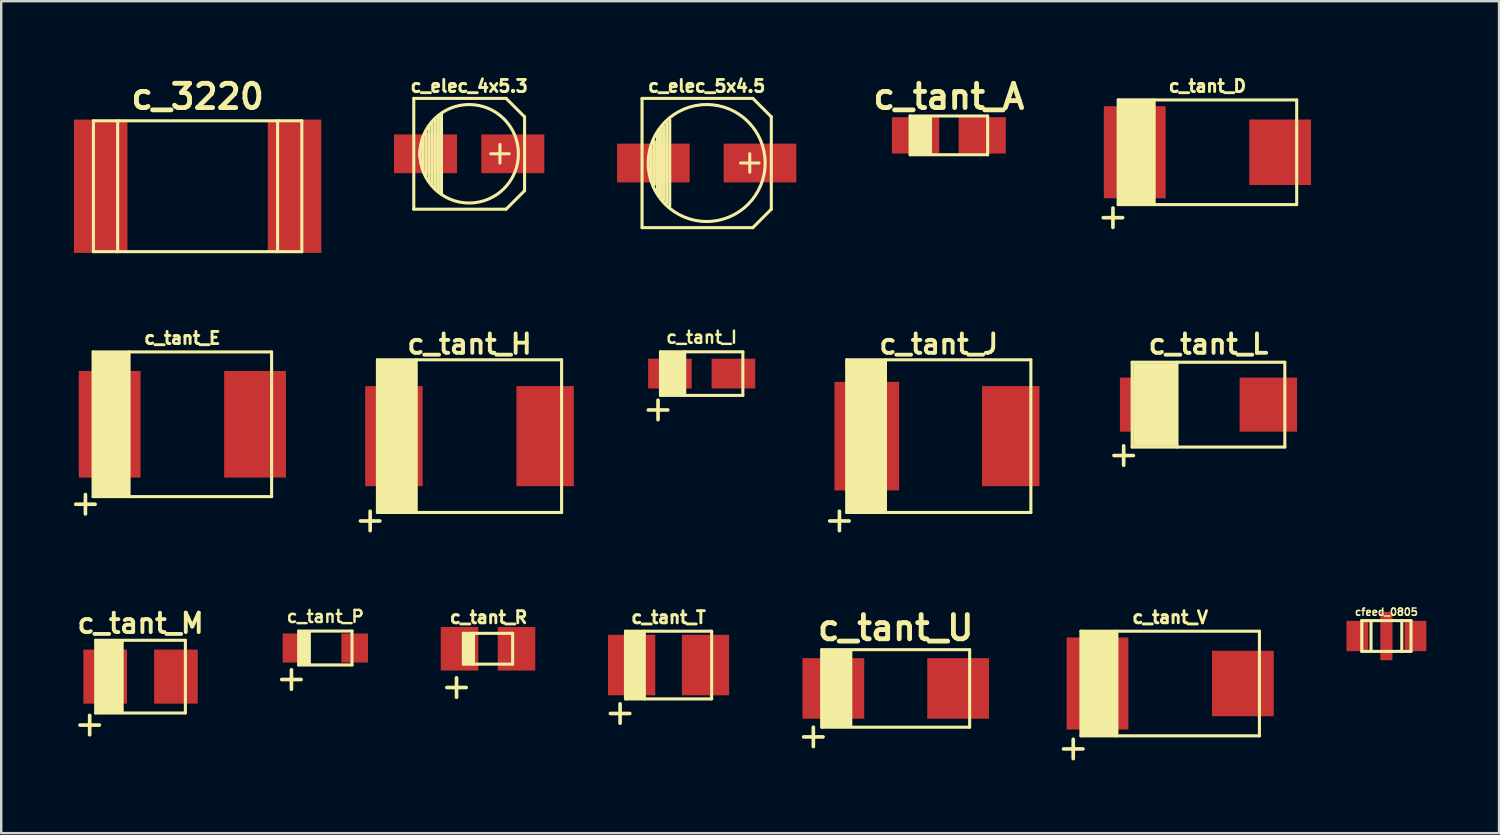
<source format=kicad_pcb>
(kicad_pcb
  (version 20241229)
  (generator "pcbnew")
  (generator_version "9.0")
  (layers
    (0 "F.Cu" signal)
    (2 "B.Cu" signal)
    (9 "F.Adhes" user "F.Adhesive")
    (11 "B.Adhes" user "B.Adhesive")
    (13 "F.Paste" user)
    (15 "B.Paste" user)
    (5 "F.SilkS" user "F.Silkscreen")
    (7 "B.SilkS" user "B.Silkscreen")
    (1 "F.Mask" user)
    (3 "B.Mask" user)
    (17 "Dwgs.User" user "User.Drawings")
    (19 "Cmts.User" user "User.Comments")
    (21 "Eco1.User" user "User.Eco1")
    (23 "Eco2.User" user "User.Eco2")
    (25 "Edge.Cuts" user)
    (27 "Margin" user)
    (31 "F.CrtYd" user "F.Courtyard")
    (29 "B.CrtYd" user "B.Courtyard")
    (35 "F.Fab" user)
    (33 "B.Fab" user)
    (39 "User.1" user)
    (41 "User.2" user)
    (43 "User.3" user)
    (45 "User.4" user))
  (footprint "c_tant_V"
    (layer "F.Cu")
    (at 45.239 25.156)
    (property "Reference" "c_tant_V" (at 0 -2.731 0) (layer "F.SilkS") (effects (font (size 0.5 0.5) (thickness 0.119))))
    (attr smd)
    (fp_line (start -4.4 2.7) (end -3.6 2.7) (stroke (width 0.15) (type solid)) (layer "F.SilkS"))
    (fp_line (start -4 2.3) (end -4 3.1) (stroke (width 0.15) (type solid)) (layer "F.SilkS"))
    (fp_line (start -3.683 -2.159) (end -3.683 2.159) (stroke (width 0.127) (type solid)) (layer "F.SilkS"))
    (fp_line (start -3.683 2.159) (end 3.683 2.159) (stroke (width 0.127) (type solid)) (layer "F.SilkS"))
    (fp_line (start -2.2 -2.159) (end -2.2 2.159) (stroke (width 0.127) (type solid)) (layer "F.SilkS"))
    (fp_line (start 3.683 -2.159) (end -3.683 -2.159) (stroke (width 0.127) (type solid)) (layer "F.SilkS"))
    (fp_line (start 3.683 2.159) (end 3.683 -2.159) (stroke (width 0.127) (type solid)) (layer "F.SilkS"))
    (fp_poly (pts (xy -3.7 2.2) (xy -2.2 2.2) (xy -2.2 -2.2) (xy -3.7 -2.2)) (stroke (width 0.01) (type solid)) (fill yes) (layer "F.SilkS"))
    (pad "1" smd rect (at -3 0) (size 2.55 3.8) (layers "F.Cu" "F.Mask" "F.Paste"))
    (pad "2" smd rect (at 3 0) (size 2.55 2.7) (layers "F.Cu" "F.Mask" "F.Paste")))
  (footprint "c_tant_H"
    (layer "F.Cu")
    (at 16.325 14.948)
    (property "Reference" "c_tant_H" (at 0 -3.8 0) (layer "F.SilkS") (effects (font (size 0.8 0.8) (thickness 0.16))))
    (attr smd)
    (fp_line (start -4.5 3.5) (end -3.7 3.5) (stroke (width 0.15) (type solid)) (layer "F.SilkS"))
    (fp_line (start -4.1 3.1) (end -4.1 3.9) (stroke (width 0.15) (type solid)) (layer "F.SilkS"))
    (fp_line (start -3.8 -3.15) (end -3.8 3.15) (stroke (width 0.127) (type solid)) (layer "F.SilkS"))
    (fp_line (start -3.8 3.15) (end 3.8 3.15) (stroke (width 0.127) (type solid)) (layer "F.SilkS"))
    (fp_line (start -2.2 3.15) (end -2.2 -3.15) (stroke (width 0.127) (type solid)) (layer "F.SilkS"))
    (fp_line (start 3.8 -3.15) (end -3.8 -3.15) (stroke (width 0.127) (type solid)) (layer "F.SilkS"))
    (fp_line (start 3.8 -3.15) (end 3.8 3.15) (stroke (width 0.127) (type solid)) (layer "F.SilkS"))
    (fp_poly (pts (xy -3.8 -3.1) (xy -2.2 -3.1) (xy -2.2 3.1) (xy -3.8 3.1)) (stroke (width 0.01) (type solid)) (fill yes) (layer "F.SilkS"))
    (pad "1" smd rect (at -3.12 0) (size 2.37 4.13) (layers "F.Cu" "F.Mask" "F.Paste"))
    (pad "2" smd rect (at 3.12 0) (size 2.37 4.13) (layers "F.Cu" "F.Mask" "F.Paste")))
  (footprint "c_tant_E"
    (layer "F.Cu")
    (at 4.475 14.458)
    (property "Reference" "c_tant_E" (at 0 -3.556 0) (layer "F.SilkS") (effects (font (size 0.5 0.5) (thickness 0.119))))
    (attr smd)
    (fp_line (start -4.4 3.3) (end -3.6 3.3) (stroke (width 0.15) (type solid)) (layer "F.SilkS"))
    (fp_line (start -4 2.9) (end -4 3.7) (stroke (width 0.15) (type solid)) (layer "F.SilkS"))
    (fp_line (start -3.683 -2.985) (end -3.683 2.985) (stroke (width 0.127) (type solid)) (layer "F.SilkS"))
    (fp_line (start -3.683 2.985) (end 3.683 2.985) (stroke (width 0.127) (type solid)) (layer "F.SilkS"))
    (fp_line (start -2.2 2.985) (end -2.2 -2.985) (stroke (width 0.127) (type solid)) (layer "F.SilkS"))
    (fp_line (start 3.683 -2.985) (end -3.683 -2.985) (stroke (width 0.127) (type solid)) (layer "F.SilkS"))
    (fp_line (start 3.683 -2.985) (end 3.683 2.985) (stroke (width 0.127) (type solid)) (layer "F.SilkS"))
    (fp_poly (pts (xy -3.7 -3) (xy -2.2 -3) (xy -2.2 3) (xy -3.7 3)) (stroke (width 0.01) (type solid)) (fill yes) (layer "F.SilkS"))
    (pad "1" smd rect (at -3 0) (size 2.55 4.399) (layers "F.Cu" "F.Mask" "F.Paste"))
    (pad "2" smd rect (at 3 0) (size 2.55 4.399) (layers "F.Cu" "F.Mask" "F.Paste")))
  (footprint "c_tant_P"
    (layer "F.Cu")
    (at 10.376 23.691)
    (property "Reference" "c_tant_P" (at 0 -1.3 0) (layer "F.SilkS") (effects (font (size 0.5 0.5) (thickness 0.1))))
    (attr smd)
    (fp_line (start -1.8 1.3) (end -1 1.3) (stroke (width 0.15) (type solid)) (layer "F.SilkS"))
    (fp_line (start -1.4 0.9) (end -1.4 1.7) (stroke (width 0.15) (type solid)) (layer "F.SilkS"))
    (fp_line (start -1.1 -0.7) (end -1.1 0.7) (stroke (width 0.127) (type solid)) (layer "F.SilkS"))
    (fp_line (start -1.1 0.7) (end 1.1 0.7) (stroke (width 0.127) (type solid)) (layer "F.SilkS"))
    (fp_line (start 1.1 -0.7) (end -1.1 -0.7) (stroke (width 0.127) (type solid)) (layer "F.SilkS"))
    (fp_line (start 1.1 0.7) (end 1.1 -0.7) (stroke (width 0.127) (type solid)) (layer "F.SilkS"))
    (fp_poly (pts (xy -1.1 -0.7) (xy -0.6 -0.7) (xy -0.6 0.7) (xy -1.1 0.7)) (stroke (width 0.01) (type solid)) (fill yes) (layer "F.SilkS"))
    (pad "1" smd rect (at -1.212 0) (size 1.1 1.2) (layers "F.Cu" "F.Mask" "F.Paste"))
    (pad "2" smd rect (at 1.212 0) (size 1.1 1.2) (layers "F.Cu" "F.Mask" "F.Paste")))
  (footprint "cfeed_0805"
    (layer "F.Cu")
    (at 54.162 23.196)
    (property "Reference" "cfeed_0805" (at 0 -0.991 0) (layer "F.SilkS") (effects (font (size 0.3 0.3) (thickness 0.061))))
    (attr smd)
    (fp_line (start -1.016 -0.635) (end 1.016 -0.635) (stroke (width 0.127) (type solid)) (layer "F.SilkS"))
    (fp_line (start -1.016 0.635) (end -1.016 -0.635) (stroke (width 0.127) (type solid)) (layer "F.SilkS"))
    (fp_line (start -0.635 -0.635) (end -0.635 0.61) (stroke (width 0.127) (type solid)) (layer "F.SilkS"))
    (fp_line (start 0.635 -0.635) (end 0.635 0.635) (stroke (width 0.127) (type solid)) (layer "F.SilkS"))
    (fp_line (start 1.016 -0.635) (end 1.016 0.635) (stroke (width 0.127) (type solid)) (layer "F.SilkS"))
    (fp_line (start 1.016 0.635) (end -1.016 0.635) (stroke (width 0.127) (type solid)) (layer "F.SilkS"))
    (pad "1" smd rect (at 1.199 0) (size 0.899 1.25) (layers "F.Cu" "F.Mask" "F.Paste"))
    (pad "2" smd rect (at -1.199 0) (size 0.899 1.25) (layers "F.Cu" "F.Mask" "F.Paste"))
    (pad "3" smd rect (at 0 0) (size 0.5 1.999) (layers "F.Cu" "F.Mask" "F.Paste")))
  (footprint "c_3220"
    (layer "F.Cu")
    (at 5.105 4.636)
    (property "Reference" "c_3220" (at 0 -3.7 0) (layer "F.SilkS") (effects (font (size 1 1) (thickness 0.2))))
    (attr smd)
    (fp_line (start -4.3 -2.7) (end 4.3 -2.7) (stroke (width 0.127) (type solid)) (layer "F.SilkS"))
    (fp_line (start -4.3 2.7) (end -4.3 -2.7) (stroke (width 0.127) (type solid)) (layer "F.SilkS"))
    (fp_line (start -4.3 2.7) (end 4.3 2.7) (stroke (width 0.127) (type solid)) (layer "F.SilkS"))
    (fp_line (start -3.3 2.7) (end -3.3 -2.7) (stroke (width 0.127) (type solid)) (layer "F.SilkS"))
    (fp_line (start 3.3 2.7) (end 3.3 -2.7) (stroke (width 0.127) (type solid)) (layer "F.SilkS"))
    (fp_line (start 4.3 2.7) (end 4.3 -2.7) (stroke (width 0.127) (type solid)) (layer "F.SilkS"))
    (pad "1" smd rect (at 4 0) (size 2.21 5.5) (layers "F.Cu" "F.Mask" "F.Paste"))
    (pad "2" smd rect (at -4 0) (size 2.21 5.5) (layers "F.Cu" "F.Mask" "F.Paste")))
  (footprint "c_tant_M"
    (layer "F.Cu")
    (at 2.75 24.872)
    (property "Reference" "c_tant_M" (at 0 -2.2 0) (layer "F.SilkS") (effects (font (size 0.8 0.8) (thickness 0.16))))
    (attr smd)
    (fp_line (start -2.5 2) (end -1.7 2) (stroke (width 0.15) (type solid)) (layer "F.SilkS"))
    (fp_line (start -2.1 1.6) (end -2.1 2.4) (stroke (width 0.15) (type solid)) (layer "F.SilkS"))
    (fp_line (start -1.85 -1.5) (end -1.85 1.5) (stroke (width 0.127) (type solid)) (layer "F.SilkS"))
    (fp_line (start -1.85 1.5) (end 1.85 1.5) (stroke (width 0.127) (type solid)) (layer "F.SilkS"))
    (fp_line (start 1.85 -1.5) (end -1.85 -1.5) (stroke (width 0.127) (type solid)) (layer "F.SilkS"))
    (fp_line (start 1.85 1.5) (end 1.85 -1.5) (stroke (width 0.127) (type solid)) (layer "F.SilkS"))
    (fp_poly (pts (xy -1.8 -1.5) (xy -0.7 -1.5) (xy -0.7 1.5) (xy -1.8 1.5)) (stroke (width 0.01) (type solid)) (fill yes) (layer "F.SilkS"))
    (pad "1" smd rect (at -1.46 0) (size 1.8 2.23) (layers "F.Cu" "F.Mask" "F.Paste"))
    (pad "2" smd rect (at 1.46 0) (size 1.8 2.23) (layers "F.Cu" "F.Mask" "F.Paste")))
  (footprint "c_elec_4x5.3"
    (layer "F.Cu")
    (at 16.311 3.296)
    (property "Reference" "c_elec_4x5.3" (at 0 -2.794 0) (layer "F.SilkS") (effects (font (size 0.5 0.5) (thickness 0.119))))
    (attr smd)
    (fp_line (start -2.286 -2.286) (end -2.286 2.286) (stroke (width 0.127) (type solid)) (layer "F.SilkS"))
    (fp_line (start -2.032 0.127) (end -2.032 -0.127) (stroke (width 0.127) (type solid)) (layer "F.SilkS"))
    (fp_line (start -1.905 -0.635) (end -1.905 0.635) (stroke (width 0.127) (type solid)) (layer "F.SilkS"))
    (fp_line (start -1.778 0.889) (end -1.778 -0.889) (stroke (width 0.127) (type solid)) (layer "F.SilkS"))
    (fp_line (start -1.651 1.143) (end -1.651 -1.143) (stroke (width 0.127) (type solid)) (layer "F.SilkS"))
    (fp_line (start -1.524 -1.27) (end -1.524 1.27) (stroke (width 0.127) (type solid)) (layer "F.SilkS"))
    (fp_line (start -1.397 1.397) (end -1.397 -1.397) (stroke (width 0.127) (type solid)) (layer "F.SilkS"))
    (fp_line (start -1.27 -1.524) (end -1.27 1.524) (stroke (width 0.127) (type solid)) (layer "F.SilkS"))
    (fp_line (start -1.143 -1.651) (end -1.143 1.651) (stroke (width 0.127) (type solid)) (layer "F.SilkS"))
    (fp_line (start 1.27 -0.381) (end 1.27 0.381) (stroke (width 0.127) (type solid)) (layer "F.SilkS"))
    (fp_line (start 1.524 -2.286) (end -2.286 -2.286) (stroke (width 0.127) (type solid)) (layer "F.SilkS"))
    (fp_line (start 1.524 -2.286) (end 2.286 -1.524) (stroke (width 0.127) (type solid)) (layer "F.SilkS"))
    (fp_line (start 1.524 2.286) (end -2.286 2.286) (stroke (width 0.127) (type solid)) (layer "F.SilkS"))
    (fp_line (start 1.524 2.286) (end 2.286 1.524) (stroke (width 0.127) (type solid)) (layer "F.SilkS"))
    (fp_line (start 1.651 0) (end 0.889 0) (stroke (width 0.127) (type solid)) (layer "F.SilkS"))
    (fp_line (start 2.286 -1.524) (end 2.286 1.524) (stroke (width 0.127) (type solid)) (layer "F.SilkS"))
    (fp_circle (center 0 0) (end -2.032 0) (stroke (width 0.127) (type solid)) (fill no) (layer "F.SilkS"))
    (pad "1" smd rect (at 1.801 0) (size 2.601 1.6) (layers "F.Cu" "F.Mask" "F.Paste"))
    (pad "2" smd rect (at -1.801 0) (size 2.601 1.6) (layers "F.Cu" "F.Mask" "F.Paste")))
  (footprint "c_tant_D"
    (layer "F.Cu")
    (at 46.777 3.233)
    (property "Reference" "c_tant_D" (at 0 -2.731 0) (layer "F.SilkS") (effects (font (size 0.5 0.5) (thickness 0.119))))
    (attr smd)
    (fp_line (start -4.3 2.7) (end -3.5 2.7) (stroke (width 0.15) (type solid)) (layer "F.SilkS"))
    (fp_line (start -3.9 2.3) (end -3.9 3.1) (stroke (width 0.15) (type solid)) (layer "F.SilkS"))
    (fp_line (start -3.683 -2.159) (end -3.683 2.159) (stroke (width 0.127) (type solid)) (layer "F.SilkS"))
    (fp_line (start -3.683 2.159) (end 3.683 2.159) (stroke (width 0.127) (type solid)) (layer "F.SilkS"))
    (fp_line (start -2.2 -2.159) (end -2.2 2.159) (stroke (width 0.127) (type solid)) (layer "F.SilkS"))
    (fp_line (start 3.683 -2.159) (end -3.683 -2.159) (stroke (width 0.127) (type solid)) (layer "F.SilkS"))
    (fp_line (start 3.683 2.159) (end 3.683 -2.159) (stroke (width 0.127) (type solid)) (layer "F.SilkS"))
    (fp_poly (pts (xy -3.7 -2.2) (xy -2.2 -2.2) (xy -2.2 2.2) (xy -3.7 2.2)) (stroke (width 0.01) (type solid)) (fill yes) (layer "F.SilkS"))
    (pad "1" smd rect (at -3 0) (size 2.55 3.8) (layers "F.Cu" "F.Mask" "F.Paste"))
    (pad "2" smd rect (at 3 0) (size 2.55 2.7) (layers "F.Cu" "F.Mask" "F.Paste")))
  (footprint "c_tant_L"
    (layer "F.Cu")
    (at 46.82 13.648)
    (property "Reference" "c_tant_L" (at 0 -2.5 0) (layer "F.SilkS") (effects (font (size 0.8 0.8) (thickness 0.16))))
    (attr smd)
    (fp_line (start -3.9 2.1) (end -3.1 2.1) (stroke (width 0.15) (type solid)) (layer "F.SilkS"))
    (fp_line (start -3.5 1.7) (end -3.5 2.5) (stroke (width 0.15) (type solid)) (layer "F.SilkS"))
    (fp_line (start -3.15 -1.75) (end -3.15 1.75) (stroke (width 0.127) (type solid)) (layer "F.SilkS"))
    (fp_line (start -3.15 1.75) (end 3.15 1.75) (stroke (width 0.127) (type solid)) (layer "F.SilkS"))
    (fp_line (start -1.3 -1.75) (end -1.3 1.75) (stroke (width 0.127) (type solid)) (layer "F.SilkS"))
    (fp_line (start 3.15 -1.75) (end -3.15 -1.75) (stroke (width 0.127) (type solid)) (layer "F.SilkS"))
    (fp_line (start 3.15 1.75) (end 3.15 -1.75) (stroke (width 0.127) (type solid)) (layer "F.SilkS"))
    (fp_poly (pts (xy -1.3 1.7) (xy -3.1 1.7) (xy -3.1 -1.7) (xy -1.3 -1.7)) (stroke (width 0.01) (type solid)) (fill yes) (layer "F.SilkS"))
    (pad "1" smd rect (at -2.47 0) (size 2.37 2.23) (layers "F.Cu" "F.Mask" "F.Paste"))
    (pad "2" smd rect (at 2.47 0) (size 2.37 2.23) (layers "F.Cu" "F.Mask" "F.Paste")))
  (footprint "c_tant_J"
    (layer "F.Cu")
    (at 35.69 14.948)
    (property "Reference" "c_tant_J" (at 0 -3.8 0) (layer "F.SilkS") (effects (font (size 0.8 0.8) (thickness 0.16))))
    (attr smd)
    (fp_line (start -4.5 3.5) (end -3.7 3.5) (stroke (width 0.15) (type solid)) (layer "F.SilkS"))
    (fp_line (start -4.1 3.1) (end -4.1 3.9) (stroke (width 0.15) (type solid)) (layer "F.SilkS"))
    (fp_line (start -3.8 -3.15) (end -3.8 3.15) (stroke (width 0.127) (type solid)) (layer "F.SilkS"))
    (fp_line (start -3.8 3.15) (end 3.8 3.15) (stroke (width 0.127) (type solid)) (layer "F.SilkS"))
    (fp_line (start -2.2 3.15) (end -2.2 -3.15) (stroke (width 0.127) (type solid)) (layer "F.SilkS"))
    (fp_line (start 3.8 -3.15) (end -3.8 -3.15) (stroke (width 0.127) (type solid)) (layer "F.SilkS"))
    (fp_line (start 3.8 -3.15) (end 3.8 3.15) (stroke (width 0.127) (type solid)) (layer "F.SilkS"))
    (fp_poly (pts (xy -3.8 -3.1) (xy -2.2 -3.1) (xy -2.2 3.1) (xy -3.8 3.1)) (stroke (width 0.01) (type solid)) (fill yes) (layer "F.SilkS"))
    (pad "1" smd rect (at -2.97 0) (size 2.67 4.48) (layers "F.Cu" "F.Mask" "F.Paste"))
    (pad "2" smd rect (at 2.97 0) (size 2.37 4.13) (layers "F.Cu" "F.Mask" "F.Paste")))
  (footprint "c_tant_I"
    (layer "F.Cu")
    (at 25.905 12.367)
    (property "Reference" "c_tant_I" (at 0 -1.5 0) (layer "F.SilkS") (effects (font (size 0.5 0.5) (thickness 0.1))))
    (attr smd)
    (fp_line (start -2.2 1.5) (end -1.4 1.5) (stroke (width 0.15) (type solid)) (layer "F.SilkS"))
    (fp_line (start -1.8 1.1) (end -1.8 1.9) (stroke (width 0.15) (type solid)) (layer "F.SilkS"))
    (fp_line (start -1.7 -0.9) (end -1.7 0.9) (stroke (width 0.127) (type solid)) (layer "F.SilkS"))
    (fp_line (start -1.7 0.9) (end 1.7 0.9) (stroke (width 0.127) (type solid)) (layer "F.SilkS"))
    (fp_line (start -0.7 0.9) (end -0.7 -0.9) (stroke (width 0.127) (type solid)) (layer "F.SilkS"))
    (fp_line (start 1.7 -0.9) (end -1.7 -0.9) (stroke (width 0.127) (type solid)) (layer "F.SilkS"))
    (fp_line (start 1.7 0.9) (end 1.7 -0.9) (stroke (width 0.127) (type solid)) (layer "F.SilkS"))
    (fp_poly (pts (xy -1.7 -0.9) (xy -0.7 -0.9) (xy -0.7 0.9) (xy -1.7 0.9)) (stroke (width 0.01) (type solid)) (fill yes) (layer "F.SilkS"))
    (pad "1" smd rect (at -1.31 0) (size 1.8 1.23) (layers "F.Cu" "F.Mask" "F.Paste"))
    (pad "2" smd rect (at 1.31 0) (size 1.8 1.23) (layers "F.Cu" "F.Mask" "F.Paste")))
  (footprint "c_tant_U"
    (layer "F.Cu")
    (at 33.914 25.359)
    (property "Reference" "c_tant_U" (at 0 -2.5 0) (layer "F.SilkS") (effects (font (size 1 1) (thickness 0.2))))
    (attr smd)
    (fp_line (start -3.8 2) (end -3 2) (stroke (width 0.15) (type solid)) (layer "F.SilkS"))
    (fp_line (start -3.4 1.6) (end -3.4 2.4) (stroke (width 0.15) (type solid)) (layer "F.SilkS"))
    (fp_line (start -3.05 -1.6) (end -3.05 1.6) (stroke (width 0.127) (type solid)) (layer "F.SilkS"))
    (fp_line (start -3.05 1.6) (end 3.05 1.6) (stroke (width 0.127) (type solid)) (layer "F.SilkS"))
    (fp_line (start 3.05 -1.6) (end -3.05 -1.6) (stroke (width 0.127) (type solid)) (layer "F.SilkS"))
    (fp_line (start 3.05 1.6) (end 3.05 -1.6) (stroke (width 0.127) (type solid)) (layer "F.SilkS"))
    (fp_poly (pts (xy -3.1 -1.6) (xy -1.8 -1.6) (xy -1.8 1.6) (xy -3.1 1.6)) (stroke (width 0.01) (type solid)) (fill yes) (layer "F.SilkS"))
    (pad "1" smd rect (at -2.575 0) (size 2.55 2.5) (layers "F.Cu" "F.Mask" "F.Paste"))
    (pad "2" smd rect (at 2.575 0) (size 2.55 2.5) (layers "F.Cu" "F.Mask" "F.Paste")))
  (footprint "c_tant_T"
    (layer "F.Cu")
    (at 24.539 24.394)
    (property "Reference" "c_tant_T" (at 0 -1.968 0) (layer "F.SilkS") (effects (font (size 0.5 0.5) (thickness 0.119))))
    (attr smd)
    (fp_line (start -2.4 2) (end -1.6 2) (stroke (width 0.15) (type solid)) (layer "F.SilkS"))
    (fp_line (start -2 1.6) (end -2 2.4) (stroke (width 0.15) (type solid)) (layer "F.SilkS"))
    (fp_line (start -1.778 -1.397) (end -1.778 1.397) (stroke (width 0.127) (type solid)) (layer "F.SilkS"))
    (fp_line (start -1.778 1.397) (end 1.778 1.397) (stroke (width 0.127) (type solid)) (layer "F.SilkS"))
    (fp_line (start -1 -1.397) (end -1 1.397) (stroke (width 0.127) (type solid)) (layer "F.SilkS"))
    (fp_line (start 1.778 -1.397) (end -1.778 -1.397) (stroke (width 0.127) (type solid)) (layer "F.SilkS"))
    (fp_line (start 1.778 1.397) (end 1.778 -1.397) (stroke (width 0.127) (type solid)) (layer "F.SilkS"))
    (fp_poly (pts (xy -1.8 -1.4) (xy -1 -1.4) (xy -1 1.4) (xy -1.8 1.4)) (stroke (width 0.01) (type solid)) (fill yes) (layer "F.SilkS"))
    (pad "1" smd rect (at -1.524 0) (size 1.951 2.499) (layers "F.Cu" "F.Mask" "F.Paste"))
    (pad "2" smd rect (at 1.524 0) (size 1.951 2.499) (layers "F.Cu" "F.Mask" "F.Paste")))
  (footprint "c_elec_5x4.5"
    (layer "F.Cu")
    (at 26.112 3.677)
    (property "Reference" "c_elec_5x4.5" (at 0 -3.175 0) (layer "F.SilkS") (effects (font (size 0.5 0.5) (thickness 0.119))))
    (attr smd)
    (fp_line (start -2.667 -2.667) (end 1.905 -2.667) (stroke (width 0.127) (type solid)) (layer "F.SilkS"))
    (fp_line (start -2.667 2.667) (end -2.667 -2.667) (stroke (width 0.127) (type solid)) (layer "F.SilkS"))
    (fp_line (start -2.286 -0.635) (end -2.286 0.762) (stroke (width 0.127) (type solid)) (layer "F.SilkS"))
    (fp_line (start -2.159 -0.889) (end -2.159 0.889) (stroke (width 0.127) (type solid)) (layer "F.SilkS"))
    (fp_line (start -2.032 -1.27) (end -2.032 1.27) (stroke (width 0.127) (type solid)) (layer "F.SilkS"))
    (fp_line (start -1.905 1.397) (end -1.905 -1.397) (stroke (width 0.127) (type solid)) (layer "F.SilkS"))
    (fp_line (start -1.778 -1.524) (end -1.778 1.524) (stroke (width 0.127) (type solid)) (layer "F.SilkS"))
    (fp_line (start -1.651 1.651) (end -1.651 -1.651) (stroke (width 0.127) (type solid)) (layer "F.SilkS"))
    (fp_line (start -1.524 -1.778) (end -1.524 1.778) (stroke (width 0.127) (type solid)) (layer "F.SilkS"))
    (fp_line (start 1.778 -0.381) (end 1.778 0.381) (stroke (width 0.127) (type solid)) (layer "F.SilkS"))
    (fp_line (start 1.905 -2.667) (end 2.667 -1.905) (stroke (width 0.127) (type solid)) (layer "F.SilkS"))
    (fp_line (start 1.905 2.667) (end -2.667 2.667) (stroke (width 0.127) (type solid)) (layer "F.SilkS"))
    (fp_line (start 2.159 0) (end 1.397 0) (stroke (width 0.127) (type solid)) (layer "F.SilkS"))
    (fp_line (start 2.667 -1.905) (end 2.667 1.905) (stroke (width 0.127) (type solid)) (layer "F.SilkS"))
    (fp_line (start 2.667 1.905) (end 1.905 2.667) (stroke (width 0.127) (type solid)) (layer "F.SilkS"))
    (fp_circle (center 0 0) (end -2.413 0) (stroke (width 0.127) (type solid)) (fill no) (layer "F.SilkS"))
    (pad "1" smd rect (at 2.2 0) (size 3 1.6) (layers "F.Cu" "F.Mask" "F.Paste"))
    (pad "2" smd rect (at -2.2 0) (size 3 1.6) (layers "F.Cu" "F.Mask" "F.Paste")))
  (footprint "c_tant_A"
    (layer "F.Cu")
    (at 36.107 2.536)
    (property "Reference" "c_tant_A" (at 0 -1.6 0) (layer "F.SilkS") (effects (font (size 1 1) (thickness 0.2))))
    (attr smd)
    (fp_line (start -1.6 -0.8) (end -1.6 0.8) (stroke (width 0.127) (type solid)) (layer "F.SilkS"))
    (fp_line (start -1.6 0.8) (end 1.6 0.8) (stroke (width 0.127) (type solid)) (layer "F.SilkS"))
    (fp_line (start 1.6 -0.8) (end -1.6 -0.8) (stroke (width 0.127) (type solid)) (layer "F.SilkS"))
    (fp_line (start 1.6 0.8) (end 1.6 -0.8) (stroke (width 0.127) (type solid)) (layer "F.SilkS"))
    (fp_poly (pts (xy -1.6 -0.8) (xy -0.7 -0.8) (xy -0.7 0.8) (xy -1.6 0.8)) (stroke (width 0.01) (type solid)) (fill yes) (layer "F.SilkS"))
    (pad "1" smd rect (at -1.375 0) (size 1.95 1.5) (layers "F.Cu" "F.Mask" "F.Paste"))
    (pad "2" smd rect (at 1.375 0) (size 1.95 1.5) (layers "F.Cu" "F.Mask" "F.Paste")))
  (footprint "c_tant_R"
    (layer "F.Cu")
    (at 17.089 23.721)
    (property "Reference" "c_tant_R" (at 0.025 -1.295 0) (layer "F.SilkS") (effects (font (size 0.5 0.5) (thickness 0.119))))
    (attr smd)
    (fp_line (start -1.7 1.6) (end -0.9 1.6) (stroke (width 0.15) (type solid)) (layer "F.SilkS"))
    (fp_line (start -1.3 1.2) (end -1.3 2) (stroke (width 0.15) (type solid)) (layer "F.SilkS"))
    (fp_line (start -1.016 -0.635) (end -1.016 0.635) (stroke (width 0.127) (type solid)) (layer "F.SilkS"))
    (fp_line (start -1.016 0.635) (end 1.016 0.635) (stroke (width 0.127) (type solid)) (layer "F.SilkS"))
    (fp_line (start -0.6 -0.635) (end -0.6 0.635) (stroke (width 0.127) (type solid)) (layer "F.SilkS"))
    (fp_line (start 1.016 -0.635) (end -1.016 -0.635) (stroke (width 0.127) (type solid)) (layer "F.SilkS"))
    (fp_line (start 1.016 0.635) (end 1.016 -0.635) (stroke (width 0.127) (type solid)) (layer "F.SilkS"))
    (fp_poly (pts (xy -1 -0.6) (xy -0.6 -0.6) (xy -0.6 0.6) (xy -1 0.6)) (stroke (width 0.01) (type solid)) (fill yes) (layer "F.SilkS"))
    (pad "1" smd rect (at -1.176 0) (size 1.549 1.801) (layers "F.Cu" "F.Mask" "F.Paste"))
    (pad "2" smd rect (at 1.176 0) (size 1.549 1.801) (layers "F.Cu" "F.Mask" "F.Paste")))
  (gr_rect
    (start -3 -3)
    (end 58.81 31.331)
    (stroke (width 0.1) (type default))
    (fill no)
    (layer "Edge.Cuts")))
</source>
